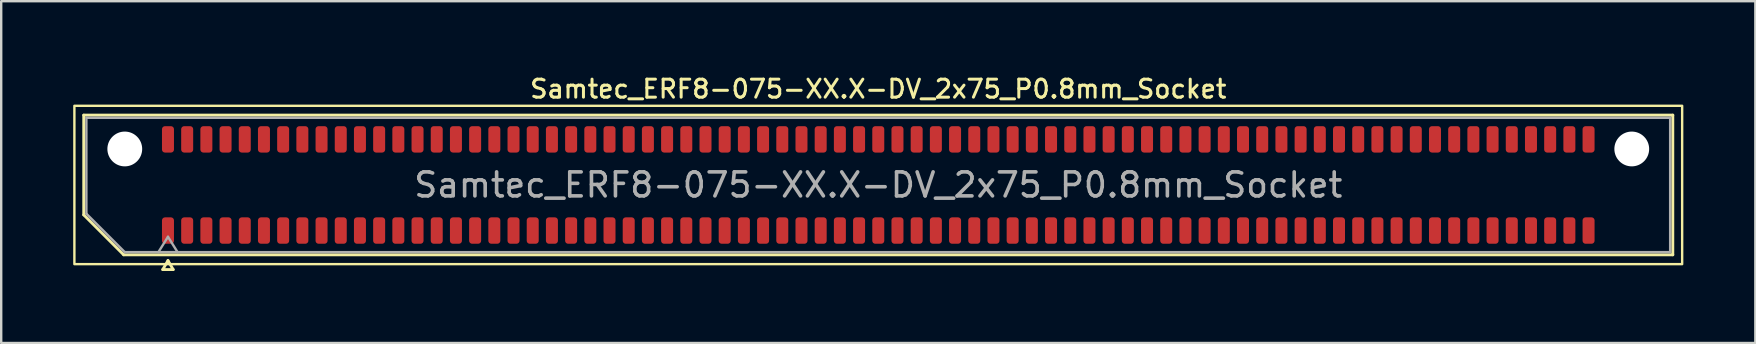
<source format=kicad_pcb>
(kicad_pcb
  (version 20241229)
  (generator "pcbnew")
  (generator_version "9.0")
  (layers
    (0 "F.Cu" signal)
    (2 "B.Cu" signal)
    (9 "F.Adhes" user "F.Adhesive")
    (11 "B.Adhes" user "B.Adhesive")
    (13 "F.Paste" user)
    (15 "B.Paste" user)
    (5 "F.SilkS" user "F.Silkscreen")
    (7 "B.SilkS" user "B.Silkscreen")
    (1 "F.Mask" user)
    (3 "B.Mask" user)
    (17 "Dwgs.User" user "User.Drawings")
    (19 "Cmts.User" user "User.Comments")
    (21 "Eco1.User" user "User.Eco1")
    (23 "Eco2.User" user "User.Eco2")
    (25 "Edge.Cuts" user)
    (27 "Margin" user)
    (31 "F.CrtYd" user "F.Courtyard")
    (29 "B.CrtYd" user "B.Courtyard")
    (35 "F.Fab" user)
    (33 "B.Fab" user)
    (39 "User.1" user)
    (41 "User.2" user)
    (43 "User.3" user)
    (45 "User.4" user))
  (footprint "Samtec_ERF8-075-XX.X-DV_2x75_P0.8mm_Socket"
    (layer "F.Cu")
    (at 33.55 4.658)
    (property "Reference" "Samtec_ERF8-075-XX.X-DV_2x75_P0.8mm_Socket" (at 0 -4 0) (layer "F.SilkS") (effects (font (size 0.75 0.75) (thickness 0.125))))
    (attr smd)
    (fp_line (start -33.11 -2.91) (end 33.11 -2.91) (stroke (width 0.12) (type solid)) (layer "F.SilkS"))
    (fp_line (start -33.11 1.246) (end -33.11 -2.91) (stroke (width 0.12) (type solid)) (layer "F.SilkS"))
    (fp_line (start -31.446 2.91) (end -33.11 1.246) (stroke (width 0.12) (type solid)) (layer "F.SilkS"))
    (fp_line (start -29.817 3.525) (end -29.6 3.15) (stroke (width 0.12) (type solid)) (layer "F.SilkS"))
    (fp_line (start -29.6 3.15) (end -29.383 3.525) (stroke (width 0.12) (type solid)) (layer "F.SilkS"))
    (fp_line (start -29.383 3.525) (end -29.817 3.525) (stroke (width 0.12) (type solid)) (layer "F.SilkS"))
    (fp_line (start 33.11 -2.91) (end 33.11 2.91) (stroke (width 0.12) (type solid)) (layer "F.SilkS"))
    (fp_line (start 33.11 2.91) (end -31.446 2.91) (stroke (width 0.12) (type solid)) (layer "F.SilkS"))
    (fp_rect (start -33.5 -3.3) (end 33.5 3.3) (stroke (width 0.1) (type solid)) (fill no) (layer "F.SilkS"))
    (fp_line (start -33 -2.8) (end 33 -2.8) (stroke (width 0.1) (type solid)) (layer "F.Fab"))
    (fp_line (start -33 1.2) (end -33 -2.8) (stroke (width 0.1) (type solid)) (layer "F.Fab"))
    (fp_line (start -31.4 2.8) (end -33 1.2) (stroke (width 0.1) (type solid)) (layer "F.Fab"))
    (fp_line (start -30 2.8) (end -29.6 2.16) (stroke (width 0.1) (type solid)) (layer "F.Fab"))
    (fp_line (start -29.6 2.16) (end -29.2 2.8) (stroke (width 0.1) (type solid)) (layer "F.Fab"))
    (fp_line (start 33 -2.8) (end 33 2.8) (stroke (width 0.1) (type solid)) (layer "F.Fab"))
    (fp_line (start 33 2.8) (end -31.4 2.8) (stroke (width 0.1) (type solid)) (layer "F.Fab"))
    (fp_text user "${REFERENCE}" (at 0 0 0) (layer "F.Fab") (effects (font (size 1 1) (thickness 0.15))))
    (pad "" np_thru_hole circle (at -31.4 -1.5) (size 1.45 1.45) (drill 1.45) (layers "*.Cu" "*.Mask"))
    (pad "" np_thru_hole circle (at 31.4 -1.5) (size 1.45 1.45) (drill 1.45) (layers "*.Cu" "*.Mask"))
    (pad "1" smd roundrect (at -29.6 1.9) (size 0.5 1.1) (layers "F.Cu" "F.Mask" "F.Paste") (roundrect_rratio 0.25))
    (pad "2" smd roundrect (at -29.6 -1.9) (size 0.5 1.1) (layers "F.Cu" "F.Mask" "F.Paste") (roundrect_rratio 0.25))
    (pad "3" smd roundrect (at -28.8 1.9) (size 0.5 1.1) (layers "F.Cu" "F.Mask" "F.Paste") (roundrect_rratio 0.25))
    (pad "4" smd roundrect (at -28.8 -1.9) (size 0.5 1.1) (layers "F.Cu" "F.Mask" "F.Paste") (roundrect_rratio 0.25))
    (pad "5" smd roundrect (at -28 1.9) (size 0.5 1.1) (layers "F.Cu" "F.Mask" "F.Paste") (roundrect_rratio 0.25))
    (pad "6" smd roundrect (at -28 -1.9) (size 0.5 1.1) (layers "F.Cu" "F.Mask" "F.Paste") (roundrect_rratio 0.25))
    (pad "7" smd roundrect (at -27.2 1.9) (size 0.5 1.1) (layers "F.Cu" "F.Mask" "F.Paste") (roundrect_rratio 0.25))
    (pad "8" smd roundrect (at -27.2 -1.9) (size 0.5 1.1) (layers "F.Cu" "F.Mask" "F.Paste") (roundrect_rratio 0.25))
    (pad "9" smd roundrect (at -26.4 1.9) (size 0.5 1.1) (layers "F.Cu" "F.Mask" "F.Paste") (roundrect_rratio 0.25))
    (pad "10" smd roundrect (at -26.4 -1.9) (size 0.5 1.1) (layers "F.Cu" "F.Mask" "F.Paste") (roundrect_rratio 0.25))
    (pad "11" smd roundrect (at -25.6 1.9) (size 0.5 1.1) (layers "F.Cu" "F.Mask" "F.Paste") (roundrect_rratio 0.25))
    (pad "12" smd roundrect (at -25.6 -1.9) (size 0.5 1.1) (layers "F.Cu" "F.Mask" "F.Paste") (roundrect_rratio 0.25))
    (pad "13" smd roundrect (at -24.8 1.9) (size 0.5 1.1) (layers "F.Cu" "F.Mask" "F.Paste") (roundrect_rratio 0.25))
    (pad "14" smd roundrect (at -24.8 -1.9) (size 0.5 1.1) (layers "F.Cu" "F.Mask" "F.Paste") (roundrect_rratio 0.25))
    (pad "15" smd roundrect (at -24 1.9) (size 0.5 1.1) (layers "F.Cu" "F.Mask" "F.Paste") (roundrect_rratio 0.25))
    (pad "16" smd roundrect (at -24 -1.9) (size 0.5 1.1) (layers "F.Cu" "F.Mask" "F.Paste") (roundrect_rratio 0.25))
    (pad "17" smd roundrect (at -23.2 1.9) (size 0.5 1.1) (layers "F.Cu" "F.Mask" "F.Paste") (roundrect_rratio 0.25))
    (pad "18" smd roundrect (at -23.2 -1.9) (size 0.5 1.1) (layers "F.Cu" "F.Mask" "F.Paste") (roundrect_rratio 0.25))
    (pad "19" smd roundrect (at -22.4 1.9) (size 0.5 1.1) (layers "F.Cu" "F.Mask" "F.Paste") (roundrect_rratio 0.25))
    (pad "20" smd roundrect (at -22.4 -1.9) (size 0.5 1.1) (layers "F.Cu" "F.Mask" "F.Paste") (roundrect_rratio 0.25))
    (pad "21" smd roundrect (at -21.6 1.9) (size 0.5 1.1) (layers "F.Cu" "F.Mask" "F.Paste") (roundrect_rratio 0.25))
    (pad "22" smd roundrect (at -21.6 -1.9) (size 0.5 1.1) (layers "F.Cu" "F.Mask" "F.Paste") (roundrect_rratio 0.25))
    (pad "23" smd roundrect (at -20.8 1.9) (size 0.5 1.1) (layers "F.Cu" "F.Mask" "F.Paste") (roundrect_rratio 0.25))
    (pad "24" smd roundrect (at -20.8 -1.9) (size 0.5 1.1) (layers "F.Cu" "F.Mask" "F.Paste") (roundrect_rratio 0.25))
    (pad "25" smd roundrect (at -20 1.9) (size 0.5 1.1) (layers "F.Cu" "F.Mask" "F.Paste") (roundrect_rratio 0.25))
    (pad "26" smd roundrect (at -20 -1.9) (size 0.5 1.1) (layers "F.Cu" "F.Mask" "F.Paste") (roundrect_rratio 0.25))
    (pad "27" smd roundrect (at -19.2 1.9) (size 0.5 1.1) (layers "F.Cu" "F.Mask" "F.Paste") (roundrect_rratio 0.25))
    (pad "28" smd roundrect (at -19.2 -1.9) (size 0.5 1.1) (layers "F.Cu" "F.Mask" "F.Paste") (roundrect_rratio 0.25))
    (pad "29" smd roundrect (at -18.4 1.9) (size 0.5 1.1) (layers "F.Cu" "F.Mask" "F.Paste") (roundrect_rratio 0.25))
    (pad "30" smd roundrect (at -18.4 -1.9) (size 0.5 1.1) (layers "F.Cu" "F.Mask" "F.Paste") (roundrect_rratio 0.25))
    (pad "31" smd roundrect (at -17.6 1.9) (size 0.5 1.1) (layers "F.Cu" "F.Mask" "F.Paste") (roundrect_rratio 0.25))
    (pad "32" smd roundrect (at -17.6 -1.9) (size 0.5 1.1) (layers "F.Cu" "F.Mask" "F.Paste") (roundrect_rratio 0.25))
    (pad "33" smd roundrect (at -16.8 1.9) (size 0.5 1.1) (layers "F.Cu" "F.Mask" "F.Paste") (roundrect_rratio 0.25))
    (pad "34" smd roundrect (at -16.8 -1.9) (size 0.5 1.1) (layers "F.Cu" "F.Mask" "F.Paste") (roundrect_rratio 0.25))
    (pad "35" smd roundrect (at -16 1.9) (size 0.5 1.1) (layers "F.Cu" "F.Mask" "F.Paste") (roundrect_rratio 0.25))
    (pad "36" smd roundrect (at -16 -1.9) (size 0.5 1.1) (layers "F.Cu" "F.Mask" "F.Paste") (roundrect_rratio 0.25))
    (pad "37" smd roundrect (at -15.2 1.9) (size 0.5 1.1) (layers "F.Cu" "F.Mask" "F.Paste") (roundrect_rratio 0.25))
    (pad "38" smd roundrect (at -15.2 -1.9) (size 0.5 1.1) (layers "F.Cu" "F.Mask" "F.Paste") (roundrect_rratio 0.25))
    (pad "39" smd roundrect (at -14.4 1.9) (size 0.5 1.1) (layers "F.Cu" "F.Mask" "F.Paste") (roundrect_rratio 0.25))
    (pad "40" smd roundrect (at -14.4 -1.9) (size 0.5 1.1) (layers "F.Cu" "F.Mask" "F.Paste") (roundrect_rratio 0.25))
    (pad "41" smd roundrect (at -13.6 1.9) (size 0.5 1.1) (layers "F.Cu" "F.Mask" "F.Paste") (roundrect_rratio 0.25))
    (pad "42" smd roundrect (at -13.6 -1.9) (size 0.5 1.1) (layers "F.Cu" "F.Mask" "F.Paste") (roundrect_rratio 0.25))
    (pad "43" smd roundrect (at -12.8 1.9) (size 0.5 1.1) (layers "F.Cu" "F.Mask" "F.Paste") (roundrect_rratio 0.25))
    (pad "44" smd roundrect (at -12.8 -1.9) (size 0.5 1.1) (layers "F.Cu" "F.Mask" "F.Paste") (roundrect_rratio 0.25))
    (pad "45" smd roundrect (at -12 1.9) (size 0.5 1.1) (layers "F.Cu" "F.Mask" "F.Paste") (roundrect_rratio 0.25))
    (pad "46" smd roundrect (at -12 -1.9) (size 0.5 1.1) (layers "F.Cu" "F.Mask" "F.Paste") (roundrect_rratio 0.25))
    (pad "47" smd roundrect (at -11.2 1.9) (size 0.5 1.1) (layers "F.Cu" "F.Mask" "F.Paste") (roundrect_rratio 0.25))
    (pad "48" smd roundrect (at -11.2 -1.9) (size 0.5 1.1) (layers "F.Cu" "F.Mask" "F.Paste") (roundrect_rratio 0.25))
    (pad "49" smd roundrect (at -10.4 1.9) (size 0.5 1.1) (layers "F.Cu" "F.Mask" "F.Paste") (roundrect_rratio 0.25))
    (pad "50" smd roundrect (at -10.4 -1.9) (size 0.5 1.1) (layers "F.Cu" "F.Mask" "F.Paste") (roundrect_rratio 0.25))
    (pad "51" smd roundrect (at -9.6 1.9) (size 0.5 1.1) (layers "F.Cu" "F.Mask" "F.Paste") (roundrect_rratio 0.25))
    (pad "52" smd roundrect (at -9.6 -1.9) (size 0.5 1.1) (layers "F.Cu" "F.Mask" "F.Paste") (roundrect_rratio 0.25))
    (pad "53" smd roundrect (at -8.8 1.9) (size 0.5 1.1) (layers "F.Cu" "F.Mask" "F.Paste") (roundrect_rratio 0.25))
    (pad "54" smd roundrect (at -8.8 -1.9) (size 0.5 1.1) (layers "F.Cu" "F.Mask" "F.Paste") (roundrect_rratio 0.25))
    (pad "55" smd roundrect (at -8 1.9) (size 0.5 1.1) (layers "F.Cu" "F.Mask" "F.Paste") (roundrect_rratio 0.25))
    (pad "56" smd roundrect (at -8 -1.9) (size 0.5 1.1) (layers "F.Cu" "F.Mask" "F.Paste") (roundrect_rratio 0.25))
    (pad "57" smd roundrect (at -7.2 1.9) (size 0.5 1.1) (layers "F.Cu" "F.Mask" "F.Paste") (roundrect_rratio 0.25))
    (pad "58" smd roundrect (at -7.2 -1.9) (size 0.5 1.1) (layers "F.Cu" "F.Mask" "F.Paste") (roundrect_rratio 0.25))
    (pad "59" smd roundrect (at -6.4 1.9) (size 0.5 1.1) (layers "F.Cu" "F.Mask" "F.Paste") (roundrect_rratio 0.25))
    (pad "60" smd roundrect (at -6.4 -1.9) (size 0.5 1.1) (layers "F.Cu" "F.Mask" "F.Paste") (roundrect_rratio 0.25))
    (pad "61" smd roundrect (at -5.6 1.9) (size 0.5 1.1) (layers "F.Cu" "F.Mask" "F.Paste") (roundrect_rratio 0.25))
    (pad "62" smd roundrect (at -5.6 -1.9) (size 0.5 1.1) (layers "F.Cu" "F.Mask" "F.Paste") (roundrect_rratio 0.25))
    (pad "63" smd roundrect (at -4.8 1.9) (size 0.5 1.1) (layers "F.Cu" "F.Mask" "F.Paste") (roundrect_rratio 0.25))
    (pad "64" smd roundrect (at -4.8 -1.9) (size 0.5 1.1) (layers "F.Cu" "F.Mask" "F.Paste") (roundrect_rratio 0.25))
    (pad "65" smd roundrect (at -4 1.9) (size 0.5 1.1) (layers "F.Cu" "F.Mask" "F.Paste") (roundrect_rratio 0.25))
    (pad "66" smd roundrect (at -4 -1.9) (size 0.5 1.1) (layers "F.Cu" "F.Mask" "F.Paste") (roundrect_rratio 0.25))
    (pad "67" smd roundrect (at -3.2 1.9) (size 0.5 1.1) (layers "F.Cu" "F.Mask" "F.Paste") (roundrect_rratio 0.25))
    (pad "68" smd roundrect (at -3.2 -1.9) (size 0.5 1.1) (layers "F.Cu" "F.Mask" "F.Paste") (roundrect_rratio 0.25))
    (pad "69" smd roundrect (at -2.4 1.9) (size 0.5 1.1) (layers "F.Cu" "F.Mask" "F.Paste") (roundrect_rratio 0.25))
    (pad "70" smd roundrect (at -2.4 -1.9) (size 0.5 1.1) (layers "F.Cu" "F.Mask" "F.Paste") (roundrect_rratio 0.25))
    (pad "71" smd roundrect (at -1.6 1.9) (size 0.5 1.1) (layers "F.Cu" "F.Mask" "F.Paste") (roundrect_rratio 0.25))
    (pad "72" smd roundrect (at -1.6 -1.9) (size 0.5 1.1) (layers "F.Cu" "F.Mask" "F.Paste") (roundrect_rratio 0.25))
    (pad "73" smd roundrect (at -0.8 1.9) (size 0.5 1.1) (layers "F.Cu" "F.Mask" "F.Paste") (roundrect_rratio 0.25))
    (pad "74" smd roundrect (at -0.8 -1.9) (size 0.5 1.1) (layers "F.Cu" "F.Mask" "F.Paste") (roundrect_rratio 0.25))
    (pad "75" smd roundrect (at 0 1.9) (size 0.5 1.1) (layers "F.Cu" "F.Mask" "F.Paste") (roundrect_rratio 0.25))
    (pad "76" smd roundrect (at 0 -1.9) (size 0.5 1.1) (layers "F.Cu" "F.Mask" "F.Paste") (roundrect_rratio 0.25))
    (pad "77" smd roundrect (at 0.8 1.9) (size 0.5 1.1) (layers "F.Cu" "F.Mask" "F.Paste") (roundrect_rratio 0.25))
    (pad "78" smd roundrect (at 0.8 -1.9) (size 0.5 1.1) (layers "F.Cu" "F.Mask" "F.Paste") (roundrect_rratio 0.25))
    (pad "79" smd roundrect (at 1.6 1.9) (size 0.5 1.1) (layers "F.Cu" "F.Mask" "F.Paste") (roundrect_rratio 0.25))
    (pad "80" smd roundrect (at 1.6 -1.9) (size 0.5 1.1) (layers "F.Cu" "F.Mask" "F.Paste") (roundrect_rratio 0.25))
    (pad "81" smd roundrect (at 2.4 1.9) (size 0.5 1.1) (layers "F.Cu" "F.Mask" "F.Paste") (roundrect_rratio 0.25))
    (pad "82" smd roundrect (at 2.4 -1.9) (size 0.5 1.1) (layers "F.Cu" "F.Mask" "F.Paste") (roundrect_rratio 0.25))
    (pad "83" smd roundrect (at 3.2 1.9) (size 0.5 1.1) (layers "F.Cu" "F.Mask" "F.Paste") (roundrect_rratio 0.25))
    (pad "84" smd roundrect (at 3.2 -1.9) (size 0.5 1.1) (layers "F.Cu" "F.Mask" "F.Paste") (roundrect_rratio 0.25))
    (pad "85" smd roundrect (at 4 1.9) (size 0.5 1.1) (layers "F.Cu" "F.Mask" "F.Paste") (roundrect_rratio 0.25))
    (pad "86" smd roundrect (at 4 -1.9) (size 0.5 1.1) (layers "F.Cu" "F.Mask" "F.Paste") (roundrect_rratio 0.25))
    (pad "87" smd roundrect (at 4.8 1.9) (size 0.5 1.1) (layers "F.Cu" "F.Mask" "F.Paste") (roundrect_rratio 0.25))
    (pad "88" smd roundrect (at 4.8 -1.9) (size 0.5 1.1) (layers "F.Cu" "F.Mask" "F.Paste") (roundrect_rratio 0.25))
    (pad "89" smd roundrect (at 5.6 1.9) (size 0.5 1.1) (layers "F.Cu" "F.Mask" "F.Paste") (roundrect_rratio 0.25))
    (pad "90" smd roundrect (at 5.6 -1.9) (size 0.5 1.1) (layers "F.Cu" "F.Mask" "F.Paste") (roundrect_rratio 0.25))
    (pad "91" smd roundrect (at 6.4 1.9) (size 0.5 1.1) (layers "F.Cu" "F.Mask" "F.Paste") (roundrect_rratio 0.25))
    (pad "92" smd roundrect (at 6.4 -1.9) (size 0.5 1.1) (layers "F.Cu" "F.Mask" "F.Paste") (roundrect_rratio 0.25))
    (pad "93" smd roundrect (at 7.2 1.9) (size 0.5 1.1) (layers "F.Cu" "F.Mask" "F.Paste") (roundrect_rratio 0.25))
    (pad "94" smd roundrect (at 7.2 -1.9) (size 0.5 1.1) (layers "F.Cu" "F.Mask" "F.Paste") (roundrect_rratio 0.25))
    (pad "95" smd roundrect (at 8 1.9) (size 0.5 1.1) (layers "F.Cu" "F.Mask" "F.Paste") (roundrect_rratio 0.25))
    (pad "96" smd roundrect (at 8 -1.9) (size 0.5 1.1) (layers "F.Cu" "F.Mask" "F.Paste") (roundrect_rratio 0.25))
    (pad "97" smd roundrect (at 8.8 1.9) (size 0.5 1.1) (layers "F.Cu" "F.Mask" "F.Paste") (roundrect_rratio 0.25))
    (pad "98" smd roundrect (at 8.8 -1.9) (size 0.5 1.1) (layers "F.Cu" "F.Mask" "F.Paste") (roundrect_rratio 0.25))
    (pad "99" smd roundrect (at 9.6 1.9) (size 0.5 1.1) (layers "F.Cu" "F.Mask" "F.Paste") (roundrect_rratio 0.25))
    (pad "100" smd roundrect (at 9.6 -1.9) (size 0.5 1.1) (layers "F.Cu" "F.Mask" "F.Paste") (roundrect_rratio 0.25))
    (pad "101" smd roundrect (at 10.4 1.9) (size 0.5 1.1) (layers "F.Cu" "F.Mask" "F.Paste") (roundrect_rratio 0.25))
    (pad "102" smd roundrect (at 10.4 -1.9) (size 0.5 1.1) (layers "F.Cu" "F.Mask" "F.Paste") (roundrect_rratio 0.25))
    (pad "103" smd roundrect (at 11.2 1.9) (size 0.5 1.1) (layers "F.Cu" "F.Mask" "F.Paste") (roundrect_rratio 0.25))
    (pad "104" smd roundrect (at 11.2 -1.9) (size 0.5 1.1) (layers "F.Cu" "F.Mask" "F.Paste") (roundrect_rratio 0.25))
    (pad "105" smd roundrect (at 12 1.9) (size 0.5 1.1) (layers "F.Cu" "F.Mask" "F.Paste") (roundrect_rratio 0.25))
    (pad "106" smd roundrect (at 12 -1.9) (size 0.5 1.1) (layers "F.Cu" "F.Mask" "F.Paste") (roundrect_rratio 0.25))
    (pad "107" smd roundrect (at 12.8 1.9) (size 0.5 1.1) (layers "F.Cu" "F.Mask" "F.Paste") (roundrect_rratio 0.25))
    (pad "108" smd roundrect (at 12.8 -1.9) (size 0.5 1.1) (layers "F.Cu" "F.Mask" "F.Paste") (roundrect_rratio 0.25))
    (pad "109" smd roundrect (at 13.6 1.9) (size 0.5 1.1) (layers "F.Cu" "F.Mask" "F.Paste") (roundrect_rratio 0.25))
    (pad "110" smd roundrect (at 13.6 -1.9) (size 0.5 1.1) (layers "F.Cu" "F.Mask" "F.Paste") (roundrect_rratio 0.25))
    (pad "111" smd roundrect (at 14.4 1.9) (size 0.5 1.1) (layers "F.Cu" "F.Mask" "F.Paste") (roundrect_rratio 0.25))
    (pad "112" smd roundrect (at 14.4 -1.9) (size 0.5 1.1) (layers "F.Cu" "F.Mask" "F.Paste") (roundrect_rratio 0.25))
    (pad "113" smd roundrect (at 15.2 1.9) (size 0.5 1.1) (layers "F.Cu" "F.Mask" "F.Paste") (roundrect_rratio 0.25))
    (pad "114" smd roundrect (at 15.2 -1.9) (size 0.5 1.1) (layers "F.Cu" "F.Mask" "F.Paste") (roundrect_rratio 0.25))
    (pad "115" smd roundrect (at 16 1.9) (size 0.5 1.1) (layers "F.Cu" "F.Mask" "F.Paste") (roundrect_rratio 0.25))
    (pad "116" smd roundrect (at 16 -1.9) (size 0.5 1.1) (layers "F.Cu" "F.Mask" "F.Paste") (roundrect_rratio 0.25))
    (pad "117" smd roundrect (at 16.8 1.9) (size 0.5 1.1) (layers "F.Cu" "F.Mask" "F.Paste") (roundrect_rratio 0.25))
    (pad "118" smd roundrect (at 16.8 -1.9) (size 0.5 1.1) (layers "F.Cu" "F.Mask" "F.Paste") (roundrect_rratio 0.25))
    (pad "119" smd roundrect (at 17.6 1.9) (size 0.5 1.1) (layers "F.Cu" "F.Mask" "F.Paste") (roundrect_rratio 0.25))
    (pad "120" smd roundrect (at 17.6 -1.9) (size 0.5 1.1) (layers "F.Cu" "F.Mask" "F.Paste") (roundrect_rratio 0.25))
    (pad "121" smd roundrect (at 18.4 1.9) (size 0.5 1.1) (layers "F.Cu" "F.Mask" "F.Paste") (roundrect_rratio 0.25))
    (pad "122" smd roundrect (at 18.4 -1.9) (size 0.5 1.1) (layers "F.Cu" "F.Mask" "F.Paste") (roundrect_rratio 0.25))
    (pad "123" smd roundrect (at 19.2 1.9) (size 0.5 1.1) (layers "F.Cu" "F.Mask" "F.Paste") (roundrect_rratio 0.25))
    (pad "124" smd roundrect (at 19.2 -1.9) (size 0.5 1.1) (layers "F.Cu" "F.Mask" "F.Paste") (roundrect_rratio 0.25))
    (pad "125" smd roundrect (at 20 1.9) (size 0.5 1.1) (layers "F.Cu" "F.Mask" "F.Paste") (roundrect_rratio 0.25))
    (pad "126" smd roundrect (at 20 -1.9) (size 0.5 1.1) (layers "F.Cu" "F.Mask" "F.Paste") (roundrect_rratio 0.25))
    (pad "127" smd roundrect (at 20.8 1.9) (size 0.5 1.1) (layers "F.Cu" "F.Mask" "F.Paste") (roundrect_rratio 0.25))
    (pad "128" smd roundrect (at 20.8 -1.9) (size 0.5 1.1) (layers "F.Cu" "F.Mask" "F.Paste") (roundrect_rratio 0.25))
    (pad "129" smd roundrect (at 21.6 1.9) (size 0.5 1.1) (layers "F.Cu" "F.Mask" "F.Paste") (roundrect_rratio 0.25))
    (pad "130" smd roundrect (at 21.6 -1.9) (size 0.5 1.1) (layers "F.Cu" "F.Mask" "F.Paste") (roundrect_rratio 0.25))
    (pad "131" smd roundrect (at 22.4 1.9) (size 0.5 1.1) (layers "F.Cu" "F.Mask" "F.Paste") (roundrect_rratio 0.25))
    (pad "132" smd roundrect (at 22.4 -1.9) (size 0.5 1.1) (layers "F.Cu" "F.Mask" "F.Paste") (roundrect_rratio 0.25))
    (pad "133" smd roundrect (at 23.2 1.9) (size 0.5 1.1) (layers "F.Cu" "F.Mask" "F.Paste") (roundrect_rratio 0.25))
    (pad "134" smd roundrect (at 23.2 -1.9) (size 0.5 1.1) (layers "F.Cu" "F.Mask" "F.Paste") (roundrect_rratio 0.25))
    (pad "135" smd roundrect (at 24 1.9) (size 0.5 1.1) (layers "F.Cu" "F.Mask" "F.Paste") (roundrect_rratio 0.25))
    (pad "136" smd roundrect (at 24 -1.9) (size 0.5 1.1) (layers "F.Cu" "F.Mask" "F.Paste") (roundrect_rratio 0.25))
    (pad "137" smd roundrect (at 24.8 1.9) (size 0.5 1.1) (layers "F.Cu" "F.Mask" "F.Paste") (roundrect_rratio 0.25))
    (pad "138" smd roundrect (at 24.8 -1.9) (size 0.5 1.1) (layers "F.Cu" "F.Mask" "F.Paste") (roundrect_rratio 0.25))
    (pad "139" smd roundrect (at 25.6 1.9) (size 0.5 1.1) (layers "F.Cu" "F.Mask" "F.Paste") (roundrect_rratio 0.25))
    (pad "140" smd roundrect (at 25.6 -1.9) (size 0.5 1.1) (layers "F.Cu" "F.Mask" "F.Paste") (roundrect_rratio 0.25))
    (pad "141" smd roundrect (at 26.4 1.9) (size 0.5 1.1) (layers "F.Cu" "F.Mask" "F.Paste") (roundrect_rratio 0.25))
    (pad "142" smd roundrect (at 26.4 -1.9) (size 0.5 1.1) (layers "F.Cu" "F.Mask" "F.Paste") (roundrect_rratio 0.25))
    (pad "143" smd roundrect (at 27.2 1.9) (size 0.5 1.1) (layers "F.Cu" "F.Mask" "F.Paste") (roundrect_rratio 0.25))
    (pad "144" smd roundrect (at 27.2 -1.9) (size 0.5 1.1) (layers "F.Cu" "F.Mask" "F.Paste") (roundrect_rratio 0.25))
    (pad "145" smd roundrect (at 28 1.9) (size 0.5 1.1) (layers "F.Cu" "F.Mask" "F.Paste") (roundrect_rratio 0.25))
    (pad "146" smd roundrect (at 28 -1.9) (size 0.5 1.1) (layers "F.Cu" "F.Mask" "F.Paste") (roundrect_rratio 0.25))
    (pad "147" smd roundrect (at 28.8 1.9) (size 0.5 1.1) (layers "F.Cu" "F.Mask" "F.Paste") (roundrect_rratio 0.25))
    (pad "148" smd roundrect (at 28.8 -1.9) (size 0.5 1.1) (layers "F.Cu" "F.Mask" "F.Paste") (roundrect_rratio 0.25))
    (pad "149" smd roundrect (at 29.6 1.9) (size 0.5 1.1) (layers "F.Cu" "F.Mask" "F.Paste") (roundrect_rratio 0.25))
    (pad "150" smd roundrect (at 29.6 -1.9) (size 0.5 1.1) (layers "F.Cu" "F.Mask" "F.Paste") (roundrect_rratio 0.25)))
  (gr_rect
    (start -3 -3)
    (end 70.1 11.243)
    (stroke (width 0.1) (type default))
    (fill no)
    (layer "Edge.Cuts")))
</source>
